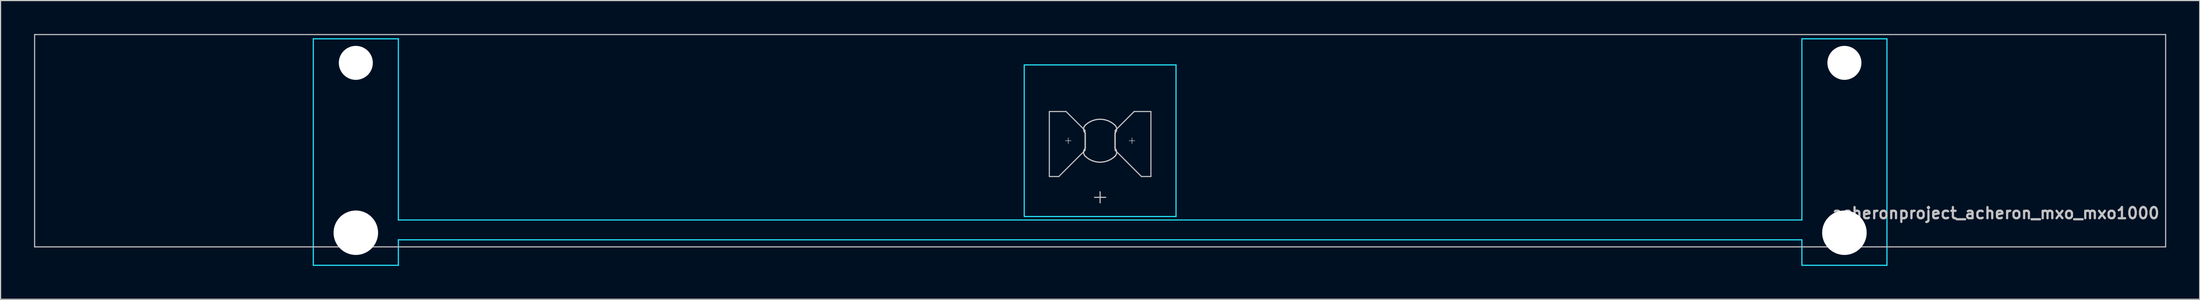
<source format=kicad_pcb>
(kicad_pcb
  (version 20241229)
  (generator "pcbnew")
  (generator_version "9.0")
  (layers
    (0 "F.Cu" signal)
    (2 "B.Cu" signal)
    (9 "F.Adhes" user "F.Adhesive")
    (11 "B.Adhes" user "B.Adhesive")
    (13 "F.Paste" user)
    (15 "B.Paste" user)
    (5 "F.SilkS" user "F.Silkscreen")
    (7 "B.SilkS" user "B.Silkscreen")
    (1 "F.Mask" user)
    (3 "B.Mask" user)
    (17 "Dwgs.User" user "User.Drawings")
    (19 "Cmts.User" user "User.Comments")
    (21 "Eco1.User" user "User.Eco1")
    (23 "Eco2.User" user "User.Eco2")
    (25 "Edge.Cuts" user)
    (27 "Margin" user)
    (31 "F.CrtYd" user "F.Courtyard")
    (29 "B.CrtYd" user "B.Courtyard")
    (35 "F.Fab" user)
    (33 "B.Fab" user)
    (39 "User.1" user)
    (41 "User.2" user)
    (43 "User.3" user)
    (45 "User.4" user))
  (footprint "acheronproject_acheron_mxo_mxo1000"
    (layer "F.Cu")
    (at 95.5 9.575)
    (property "Reference" "acheronproject_acheron_mxo_mxo1000" (at 95 6.5 0) (unlocked yes) (layer "Dwgs.User") (effects (font (size 1 1) (thickness 0.2)) (justify right)))
    (attr smd)
    (fp_line (start -95.45 -9.525) (end -95.45 9.525) (stroke (width 0.1) (type solid)) (layer "Dwgs.User"))
    (fp_line (start -95.45 -9.525) (end 95.45 -9.525) (stroke (width 0.1) (type solid)) (layer "Dwgs.User"))
    (fp_line (start -95.45 9.525) (end 95.45 9.525) (stroke (width 0.1) (type solid)) (layer "Dwgs.User"))
    (fp_line (start -4.55 -2.62) (end -3.05 -2.62) (stroke (width 0.1) (type solid)) (layer "Dwgs.User"))
    (fp_line (start -4.55 3.21) (end -4.55 -2.62) (stroke (width 0.1) (type solid)) (layer "Dwgs.User"))
    (fp_line (start -3.7 3.21) (end -4.55 3.21) (stroke (width 0.1) (type solid)) (layer "Dwgs.User"))
    (fp_line (start -3.103 0) (end -2.603 0) (stroke (width 0.05) (type solid)) (layer "Dwgs.User"))
    (fp_line (start -3.05 -2.62) (end -1.35 -0.92) (stroke (width 0.1) (type solid)) (layer "Dwgs.User"))
    (fp_line (start -2.853 -0.25) (end -2.853 0.25) (stroke (width 0.05) (type solid)) (layer "Dwgs.User"))
    (fp_line (start -1.35 -0.92) (end -1.35 0.86) (stroke (width 0.1) (type solid)) (layer "Dwgs.User"))
    (fp_line (start -1.35 0.86) (end -3.7 3.21) (stroke (width 0.1) (type solid)) (layer "Dwgs.User"))
    (fp_line (start -0.5 5.08) (end 0.5 5.08) (stroke (width 0.1) (type solid)) (layer "Dwgs.User"))
    (fp_line (start 0 4.58) (end 0 5.58) (stroke (width 0.1) (type solid)) (layer "Dwgs.User"))
    (fp_line (start 1.35 -0.92) (end 1.35 0.86) (stroke (width 0.1) (type solid)) (layer "Dwgs.User"))
    (fp_line (start 1.35 0.86) (end 3.7 3.21) (stroke (width 0.1) (type solid)) (layer "Dwgs.User"))
    (fp_line (start 2.603 0) (end 3.103 0) (stroke (width 0.05) (type solid)) (layer "Dwgs.User"))
    (fp_line (start 2.853 -0.25) (end 2.853 0.25) (stroke (width 0.05) (type solid)) (layer "Dwgs.User"))
    (fp_line (start 3.05 -2.62) (end 1.35 -0.92) (stroke (width 0.1) (type solid)) (layer "Dwgs.User"))
    (fp_line (start 3.7 3.21) (end 4.55 3.21) (stroke (width 0.1) (type solid)) (layer "Dwgs.User"))
    (fp_line (start 4.55 -2.62) (end 3.05 -2.62) (stroke (width 0.1) (type solid)) (layer "Dwgs.User"))
    (fp_line (start 4.55 3.21) (end 4.55 -2.62) (stroke (width 0.1) (type solid)) (layer "Dwgs.User"))
    (fp_line (start 95.45 -9.525) (end 95.45 9.525) (stroke (width 0.1) (type solid)) (layer "Dwgs.User"))
    (fp_line (start -70.175 -5.485) (end -70.175 8.515) (stroke (width 0.1) (type solid)) (layer "Eco1.User"))
    (fp_line (start -69.675 -5.985) (end -63.675 -5.985) (stroke (width 0.1) (type solid)) (layer "Eco1.User"))
    (fp_line (start -63.675 9.015) (end -69.675 9.015) (stroke (width 0.1) (type solid)) (layer "Eco1.User"))
    (fp_line (start -63.175 8.515) (end -63.175 -5.485) (stroke (width 0.1) (type solid)) (layer "Eco1.User"))
    (fp_line (start -7 -6.5) (end -7 6.5) (stroke (width 0.1) (type solid)) (layer "Eco1.User"))
    (fp_line (start -6.5 7) (end 6.5 7) (stroke (width 0.1) (type solid)) (layer "Eco1.User"))
    (fp_line (start 6.5 -7) (end -6.5 -7) (stroke (width 0.1) (type solid)) (layer "Eco1.User"))
    (fp_line (start 7 6.5) (end 7 -6.5) (stroke (width 0.1) (type solid)) (layer "Eco1.User"))
    (fp_line (start 63.175 -5.485) (end 63.175 8.515) (stroke (width 0.1) (type solid)) (layer "Eco1.User"))
    (fp_line (start 63.675 -5.985) (end 69.675 -5.985) (stroke (width 0.1) (type solid)) (layer "Eco1.User"))
    (fp_line (start 69.675 9.015) (end 63.675 9.015) (stroke (width 0.1) (type solid)) (layer "Eco1.User"))
    (fp_line (start 70.175 8.515) (end 70.175 -5.485) (stroke (width 0.1) (type solid)) (layer "Eco1.User"))
    (fp_arc (start -70.175 -5.485) (mid -70.028553 -5.838553) (end -69.675 -5.985) (stroke (width 0.1) (type solid)) (layer "Eco1.User"))
    (fp_arc (start -69.675 9.015) (mid -70.028553 8.868553) (end -70.175 8.515) (stroke (width 0.1) (type solid)) (layer "Eco1.User"))
    (fp_arc (start -63.675 -5.985) (mid -63.321447 -5.838553) (end -63.175 -5.485) (stroke (width 0.1) (type solid)) (layer "Eco1.User"))
    (fp_arc (start -63.175 8.515) (mid -63.321447 8.868553) (end -63.675 9.015) (stroke (width 0.1) (type solid)) (layer "Eco1.User"))
    (fp_arc (start -7 -6.5) (mid -6.853553 -6.853553) (end -6.5 -7) (stroke (width 0.1) (type solid)) (layer "Eco1.User"))
    (fp_arc (start -6.5 7) (mid -6.853553 6.853553) (end -7 6.5) (stroke (width 0.1) (type solid)) (layer "Eco1.User"))
    (fp_arc (start 6.5 -7) (mid 6.853553 -6.853553) (end 7 -6.5) (stroke (width 0.1) (type solid)) (layer "Eco1.User"))
    (fp_arc (start 7 6.5) (mid 6.853553 6.853553) (end 6.5 7) (stroke (width 0.1) (type solid)) (layer "Eco1.User"))
    (fp_arc (start 63.175 -5.485) (mid 63.321447 -5.838553) (end 63.675 -5.985) (stroke (width 0.1) (type solid)) (layer "Eco1.User"))
    (fp_arc (start 63.675 9.015) (mid 63.321447 8.868553) (end 63.175 8.515) (stroke (width 0.1) (type solid)) (layer "Eco1.User"))
    (fp_arc (start 69.675 -5.985) (mid 70.028553 -5.838553) (end 70.175 -5.485) (stroke (width 0.1) (type solid)) (layer "Eco1.User"))
    (fp_arc (start 70.175 8.515) (mid 70.028553 8.868553) (end 69.675 9.015) (stroke (width 0.1) (type solid)) (layer "Eco1.User"))
    (fp_line (start -1.325 -0.671) (end -1.325 0.671) (stroke (width 0.1) (type solid)) (layer "Edge.Cuts"))
    (fp_line (start 1.325 0.671) (end 1.325 -0.671) (stroke (width 0.1) (type solid)) (layer "Edge.Cuts"))
    (fp_arc (start -1.325 -1.396424) (mid 0 -1.925) (end 1.325 -1.396424) (stroke (width 0.1) (type solid)) (layer "Edge.Cuts"))
    (fp_arc (start -1.325 -0.671009) (mid -1.480844 -1.033717) (end -1.325 -1.396424) (stroke (width 0.1) (type solid)) (layer "Edge.Cuts"))
    (fp_arc (start -1.325 1.396424) (mid -1.480844 1.033717) (end -1.325 0.671009) (stroke (width 0.1) (type solid)) (layer "Edge.Cuts"))
    (fp_arc (start 1.325 -1.396424) (mid 1.480844 -1.033717) (end 1.325 -0.671009) (stroke (width 0.1) (type solid)) (layer "Edge.Cuts"))
    (fp_arc (start 1.325 0.671009) (mid 1.480844 1.033717) (end 1.325 1.396424) (stroke (width 0.1) (type solid)) (layer "Edge.Cuts"))
    (fp_arc (start 1.325 1.396424) (mid 0 1.925) (end -1.325 1.396424) (stroke (width 0.1) (type solid)) (layer "Edge.Cuts"))
    (fp_line (start -70.485 -9.144) (end -70.485 11.176) (stroke (width 0.1) (type solid)) (layer "B.CrtYd"))
    (fp_line (start -70.485 -9.144) (end -62.865 -9.144) (stroke (width 0.1) (type solid)) (layer "B.CrtYd"))
    (fp_line (start -70.485 11.176) (end -62.865 11.176) (stroke (width 0.1) (type solid)) (layer "B.CrtYd"))
    (fp_line (start -62.865 7.112) (end -62.865 -9.144) (stroke (width 0.1) (type solid)) (layer "B.CrtYd"))
    (fp_line (start -62.865 7.112) (end 62.865 7.112) (stroke (width 0.1) (type solid)) (layer "B.CrtYd"))
    (fp_line (start -62.865 8.89) (end -62.865 11.176) (stroke (width 0.1) (type solid)) (layer "B.CrtYd"))
    (fp_line (start -62.865 8.89) (end 62.865 8.89) (stroke (width 0.1) (type solid)) (layer "B.CrtYd"))
    (fp_line (start -6.8 -6.8) (end -6.8 6.8) (stroke (width 0.1) (type solid)) (layer "B.CrtYd"))
    (fp_line (start -6.8 -6.8) (end 6.8 -6.8) (stroke (width 0.1) (type solid)) (layer "B.CrtYd"))
    (fp_line (start -6.8 6.8) (end 6.8 6.8) (stroke (width 0.1) (type solid)) (layer "B.CrtYd"))
    (fp_line (start 6.8 6.8) (end 6.8 -6.8) (stroke (width 0.1) (type solid)) (layer "B.CrtYd"))
    (fp_line (start 62.865 -9.144) (end 70.485 -9.144) (stroke (width 0.1) (type solid)) (layer "B.CrtYd"))
    (fp_line (start 62.865 7.112) (end 62.865 -9.144) (stroke (width 0.1) (type solid)) (layer "B.CrtYd"))
    (fp_line (start 62.865 8.89) (end 62.865 11.176) (stroke (width 0.1) (type solid)) (layer "B.CrtYd"))
    (fp_line (start 62.865 11.176) (end 70.485 11.176) (stroke (width 0.1) (type solid)) (layer "B.CrtYd"))
    (fp_line (start 70.485 -9.144) (end 70.485 11.176) (stroke (width 0.1) (type solid)) (layer "B.CrtYd"))
    (pad "" np_thru_hole circle (at -66.675 -6.985 180) (size 3.048 3.048) (drill 3.048) (layers "*.Cu" "*.Mask"))
    (pad "" np_thru_hole circle (at -66.675 8.255 180) (size 3.988 3.988) (drill 3.988) (layers "*.Cu" "*.Mask"))
    (pad "" np_thru_hole circle (at 66.675 -6.985 180) (size 3.048 3.048) (drill 3.048) (layers "*.Cu" "*.Mask"))
    (pad "" np_thru_hole circle (at 66.675 8.255 180) (size 3.988 3.988) (drill 3.988) (layers "*.Cu" "*.Mask")))
  (gr_rect
    (start -3 -3)
    (end 194 23.801)
    (stroke (width 0.1) (type default))
    (fill no)
    (layer "Edge.Cuts")))
</source>
